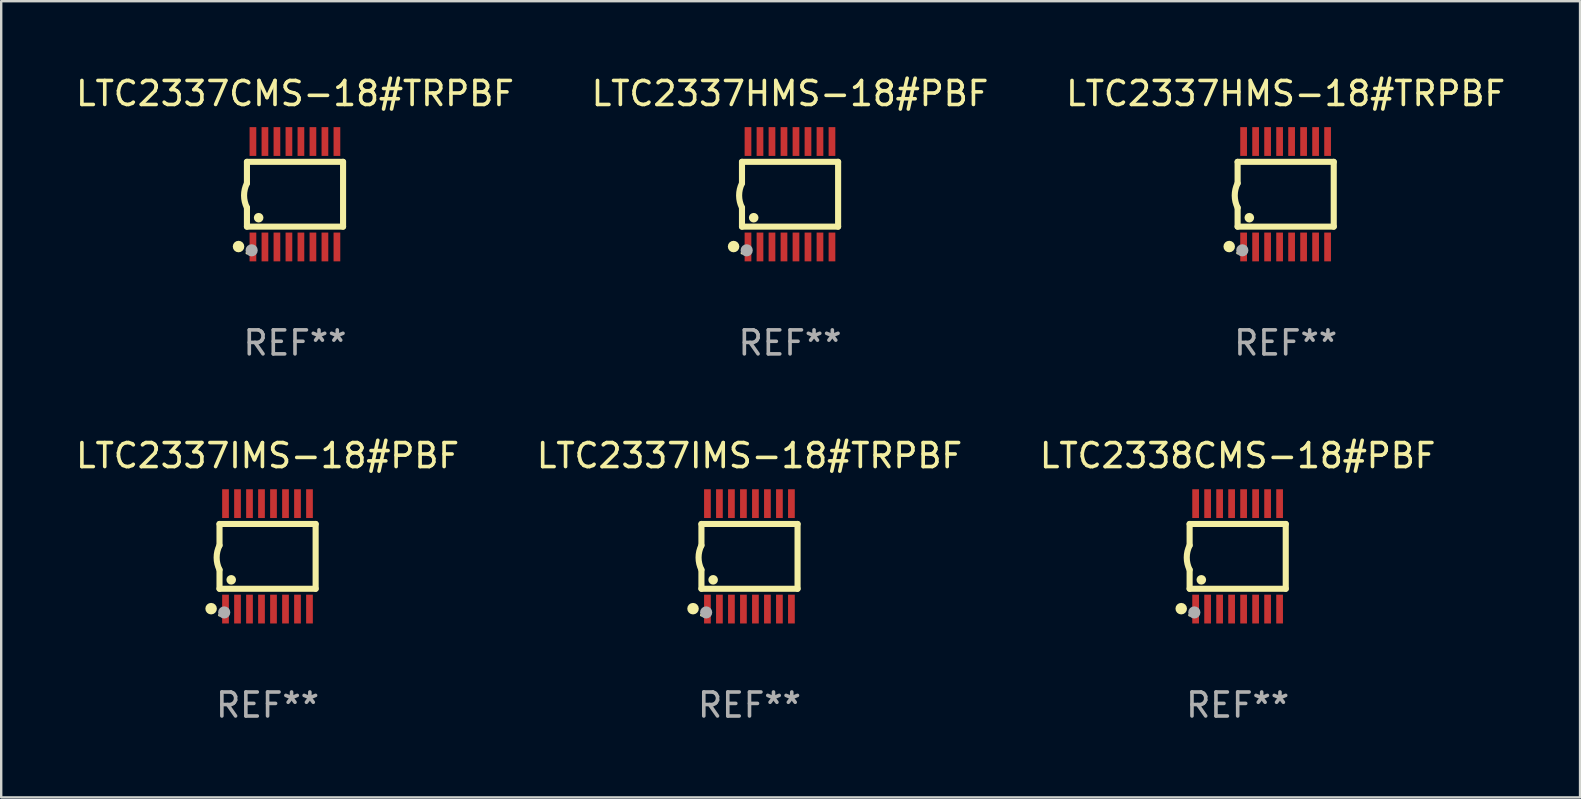
<source format=kicad_pcb>
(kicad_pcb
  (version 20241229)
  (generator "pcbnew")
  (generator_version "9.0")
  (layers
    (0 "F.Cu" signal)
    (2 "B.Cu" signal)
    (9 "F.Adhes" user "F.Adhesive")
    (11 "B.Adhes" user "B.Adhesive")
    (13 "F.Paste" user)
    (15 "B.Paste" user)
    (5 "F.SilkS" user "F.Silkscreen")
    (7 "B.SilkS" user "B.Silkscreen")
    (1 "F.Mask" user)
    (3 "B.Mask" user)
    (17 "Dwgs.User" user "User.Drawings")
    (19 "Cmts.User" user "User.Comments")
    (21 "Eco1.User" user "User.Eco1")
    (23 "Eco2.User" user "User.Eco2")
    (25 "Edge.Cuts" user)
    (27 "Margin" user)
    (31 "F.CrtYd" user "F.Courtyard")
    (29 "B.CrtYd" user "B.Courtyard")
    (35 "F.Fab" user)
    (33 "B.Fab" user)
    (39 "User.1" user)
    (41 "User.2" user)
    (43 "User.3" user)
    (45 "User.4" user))
  (footprint "LTC2337IMS-18#PBF"
    (layer "F.Cu")
    (at 8.101 20.136)
    (property "Reference" "LTC2337IMS-18#PBF" (at 0 -4.197 0) (layer "F.SilkS") (effects (font (size 1 1) (thickness 0.15))))
    (attr through_hole)
    (fp_line (start -2.003 -1.35) (end -2.003 -0.457) (stroke (width 0.254) (type solid)) (layer "F.SilkS"))
    (fp_line (start -2.003 -1.35) (end 2.003 -1.35) (stroke (width 0.254) (type solid)) (layer "F.SilkS"))
    (fp_line (start -2.003 1.35) (end -2.003 0.559) (stroke (width 0.254) (type solid)) (layer "F.SilkS"))
    (fp_line (start -2.003 1.35) (end 2.003 1.35) (stroke (width 0.254) (type solid)) (layer "F.SilkS"))
    (fp_line (start 2.003 -1.35) (end 2.003 1.35) (stroke (width 0.254) (type solid)) (layer "F.SilkS"))
    (fp_arc (start -2.002286 0.558802) (mid -2.122556 0.05092) (end -2.003302 -0.457201) (stroke (width 0.254001) (type solid)) (layer "F.SilkS"))
    (fp_circle (center -2.353 2.18) (end -2.233 2.18) (stroke (width 0.24) (type solid)) (fill no) (layer "F.SilkS"))
    (fp_circle (center -2.003 2.45) (end -1.973 2.45) (stroke (width 0.06) (type solid)) (fill no) (layer "F.SilkS"))
    (fp_circle (center -1.515 0.978) (end -1.415 0.978) (stroke (width 0.2) (type solid)) (fill no) (layer "F.SilkS"))
    (fp_circle (center -1.807 2.337) (end -1.68 2.337) (stroke (width 0.254) (type solid)) (fill no) (layer "F.Fab"))
    (fp_text user "REF**" (at 0 6.197 0) (layer "F.Fab") (effects (font (size 1 1) (thickness 0.15))))
    (pad "1" smd rect (at -1.753 2.197 90) (size 1.2 0.28) (layers "F.Cu" "F.Mask" "F.Paste"))
    (pad "2" smd rect (at -1.253 2.197 90) (size 1.2 0.28) (layers "F.Cu" "F.Mask" "F.Paste"))
    (pad "3" smd rect (at -0.753 2.197 90) (size 1.2 0.28) (layers "F.Cu" "F.Mask" "F.Paste"))
    (pad "4" smd rect (at -0.253 2.197 90) (size 1.2 0.28) (layers "F.Cu" "F.Mask" "F.Paste"))
    (pad "5" smd rect (at 0.247 2.197 90) (size 1.2 0.28) (layers "F.Cu" "F.Mask" "F.Paste"))
    (pad "6" smd rect (at 0.747 2.197 90) (size 1.2 0.28) (layers "F.Cu" "F.Mask" "F.Paste"))
    (pad "7" smd rect (at 1.247 2.197 90) (size 1.2 0.28) (layers "F.Cu" "F.Mask" "F.Paste"))
    (pad "8" smd rect (at 1.747 2.197 90) (size 1.2 0.28) (layers "F.Cu" "F.Mask" "F.Paste"))
    (pad "9" smd rect (at 1.747 -2.197 90) (size 1.2 0.28) (layers "F.Cu" "F.Mask" "F.Paste"))
    (pad "10" smd rect (at 1.247 -2.197 90) (size 1.2 0.28) (layers "F.Cu" "F.Mask" "F.Paste"))
    (pad "11" smd rect (at 0.747 -2.197 90) (size 1.2 0.28) (layers "F.Cu" "F.Mask" "F.Paste"))
    (pad "12" smd rect (at 0.247 -2.197 90) (size 1.2 0.28) (layers "F.Cu" "F.Mask" "F.Paste"))
    (pad "13" smd rect (at -0.253 -2.197 90) (size 1.2 0.28) (layers "F.Cu" "F.Mask" "F.Paste"))
    (pad "14" smd rect (at -0.753 -2.197 90) (size 1.2 0.28) (layers "F.Cu" "F.Mask" "F.Paste"))
    (pad "15" smd rect (at -1.253 -2.197 90) (size 1.2 0.28) (layers "F.Cu" "F.Mask" "F.Paste"))
    (pad "16" smd rect (at -1.753 -2.197 90) (size 1.2 0.28) (layers "F.Cu" "F.Mask" "F.Paste")))
  (footprint "LTC2337HMS-18#TRPBF"
    (layer "F.Cu")
    (at 50.53 5.045)
    (property "Reference" "LTC2337HMS-18#TRPBF" (at 0 -4.197 0) (layer "F.SilkS") (effects (font (size 1 1) (thickness 0.15))))
    (attr through_hole)
    (fp_line (start -2.003 -1.35) (end -2.003 -0.457) (stroke (width 0.254) (type solid)) (layer "F.SilkS"))
    (fp_line (start -2.003 -1.35) (end 2.003 -1.35) (stroke (width 0.254) (type solid)) (layer "F.SilkS"))
    (fp_line (start -2.003 1.35) (end -2.003 0.559) (stroke (width 0.254) (type solid)) (layer "F.SilkS"))
    (fp_line (start -2.003 1.35) (end 2.003 1.35) (stroke (width 0.254) (type solid)) (layer "F.SilkS"))
    (fp_line (start 2.003 -1.35) (end 2.003 1.35) (stroke (width 0.254) (type solid)) (layer "F.SilkS"))
    (fp_arc (start -2.002286 0.558802) (mid -2.122556 0.05092) (end -2.003302 -0.457201) (stroke (width 0.254001) (type solid)) (layer "F.SilkS"))
    (fp_circle (center -2.353 2.18) (end -2.233 2.18) (stroke (width 0.24) (type solid)) (fill no) (layer "F.SilkS"))
    (fp_circle (center -2.003 2.45) (end -1.973 2.45) (stroke (width 0.06) (type solid)) (fill no) (layer "F.SilkS"))
    (fp_circle (center -1.515 0.978) (end -1.415 0.978) (stroke (width 0.2) (type solid)) (fill no) (layer "F.SilkS"))
    (fp_circle (center -1.807 2.337) (end -1.68 2.337) (stroke (width 0.254) (type solid)) (fill no) (layer "F.Fab"))
    (fp_text user "REF**" (at 0 6.197 0) (layer "F.Fab") (effects (font (size 1 1) (thickness 0.15))))
    (pad "1" smd rect (at -1.753 2.197 90) (size 1.2 0.28) (layers "F.Cu" "F.Mask" "F.Paste"))
    (pad "2" smd rect (at -1.253 2.197 90) (size 1.2 0.28) (layers "F.Cu" "F.Mask" "F.Paste"))
    (pad "3" smd rect (at -0.753 2.197 90) (size 1.2 0.28) (layers "F.Cu" "F.Mask" "F.Paste"))
    (pad "4" smd rect (at -0.253 2.197 90) (size 1.2 0.28) (layers "F.Cu" "F.Mask" "F.Paste"))
    (pad "5" smd rect (at 0.247 2.197 90) (size 1.2 0.28) (layers "F.Cu" "F.Mask" "F.Paste"))
    (pad "6" smd rect (at 0.747 2.197 90) (size 1.2 0.28) (layers "F.Cu" "F.Mask" "F.Paste"))
    (pad "7" smd rect (at 1.247 2.197 90) (size 1.2 0.28) (layers "F.Cu" "F.Mask" "F.Paste"))
    (pad "8" smd rect (at 1.747 2.197 90) (size 1.2 0.28) (layers "F.Cu" "F.Mask" "F.Paste"))
    (pad "9" smd rect (at 1.747 -2.197 90) (size 1.2 0.28) (layers "F.Cu" "F.Mask" "F.Paste"))
    (pad "10" smd rect (at 1.247 -2.197 90) (size 1.2 0.28) (layers "F.Cu" "F.Mask" "F.Paste"))
    (pad "11" smd rect (at 0.747 -2.197 90) (size 1.2 0.28) (layers "F.Cu" "F.Mask" "F.Paste"))
    (pad "12" smd rect (at 0.247 -2.197 90) (size 1.2 0.28) (layers "F.Cu" "F.Mask" "F.Paste"))
    (pad "13" smd rect (at -0.253 -2.197 90) (size 1.2 0.28) (layers "F.Cu" "F.Mask" "F.Paste"))
    (pad "14" smd rect (at -0.753 -2.197 90) (size 1.2 0.28) (layers "F.Cu" "F.Mask" "F.Paste"))
    (pad "15" smd rect (at -1.253 -2.197 90) (size 1.2 0.28) (layers "F.Cu" "F.Mask" "F.Paste"))
    (pad "16" smd rect (at -1.753 -2.197 90) (size 1.2 0.28) (layers "F.Cu" "F.Mask" "F.Paste")))
  (footprint "LTC2337IMS-18#TRPBF"
    (layer "F.Cu")
    (at 28.185 20.136)
    (property "Reference" "LTC2337IMS-18#TRPBF" (at 0 -4.197 0) (layer "F.SilkS") (effects (font (size 1 1) (thickness 0.15))))
    (attr through_hole)
    (fp_line (start -2.003 -1.35) (end -2.003 -0.457) (stroke (width 0.254) (type solid)) (layer "F.SilkS"))
    (fp_line (start -2.003 -1.35) (end 2.003 -1.35) (stroke (width 0.254) (type solid)) (layer "F.SilkS"))
    (fp_line (start -2.003 1.35) (end -2.003 0.559) (stroke (width 0.254) (type solid)) (layer "F.SilkS"))
    (fp_line (start -2.003 1.35) (end 2.003 1.35) (stroke (width 0.254) (type solid)) (layer "F.SilkS"))
    (fp_line (start 2.003 -1.35) (end 2.003 1.35) (stroke (width 0.254) (type solid)) (layer "F.SilkS"))
    (fp_arc (start -2.002286 0.558802) (mid -2.122556 0.05092) (end -2.003302 -0.457201) (stroke (width 0.254001) (type solid)) (layer "F.SilkS"))
    (fp_circle (center -2.353 2.18) (end -2.233 2.18) (stroke (width 0.24) (type solid)) (fill no) (layer "F.SilkS"))
    (fp_circle (center -2.003 2.45) (end -1.973 2.45) (stroke (width 0.06) (type solid)) (fill no) (layer "F.SilkS"))
    (fp_circle (center -1.515 0.978) (end -1.415 0.978) (stroke (width 0.2) (type solid)) (fill no) (layer "F.SilkS"))
    (fp_circle (center -1.807 2.337) (end -1.68 2.337) (stroke (width 0.254) (type solid)) (fill no) (layer "F.Fab"))
    (fp_text user "REF**" (at 0 6.197 0) (layer "F.Fab") (effects (font (size 1 1) (thickness 0.15))))
    (pad "1" smd rect (at -1.753 2.197 90) (size 1.2 0.28) (layers "F.Cu" "F.Mask" "F.Paste"))
    (pad "2" smd rect (at -1.253 2.197 90) (size 1.2 0.28) (layers "F.Cu" "F.Mask" "F.Paste"))
    (pad "3" smd rect (at -0.753 2.197 90) (size 1.2 0.28) (layers "F.Cu" "F.Mask" "F.Paste"))
    (pad "4" smd rect (at -0.253 2.197 90) (size 1.2 0.28) (layers "F.Cu" "F.Mask" "F.Paste"))
    (pad "5" smd rect (at 0.247 2.197 90) (size 1.2 0.28) (layers "F.Cu" "F.Mask" "F.Paste"))
    (pad "6" smd rect (at 0.747 2.197 90) (size 1.2 0.28) (layers "F.Cu" "F.Mask" "F.Paste"))
    (pad "7" smd rect (at 1.247 2.197 90) (size 1.2 0.28) (layers "F.Cu" "F.Mask" "F.Paste"))
    (pad "8" smd rect (at 1.747 2.197 90) (size 1.2 0.28) (layers "F.Cu" "F.Mask" "F.Paste"))
    (pad "9" smd rect (at 1.747 -2.197 90) (size 1.2 0.28) (layers "F.Cu" "F.Mask" "F.Paste"))
    (pad "10" smd rect (at 1.247 -2.197 90) (size 1.2 0.28) (layers "F.Cu" "F.Mask" "F.Paste"))
    (pad "11" smd rect (at 0.747 -2.197 90) (size 1.2 0.28) (layers "F.Cu" "F.Mask" "F.Paste"))
    (pad "12" smd rect (at 0.247 -2.197 90) (size 1.2 0.28) (layers "F.Cu" "F.Mask" "F.Paste"))
    (pad "13" smd rect (at -0.253 -2.197 90) (size 1.2 0.28) (layers "F.Cu" "F.Mask" "F.Paste"))
    (pad "14" smd rect (at -0.753 -2.197 90) (size 1.2 0.28) (layers "F.Cu" "F.Mask" "F.Paste"))
    (pad "15" smd rect (at -1.253 -2.197 90) (size 1.2 0.28) (layers "F.Cu" "F.Mask" "F.Paste"))
    (pad "16" smd rect (at -1.753 -2.197 90) (size 1.2 0.28) (layers "F.Cu" "F.Mask" "F.Paste")))
  (footprint "LTC2338CMS-18#PBF"
    (layer "F.Cu")
    (at 48.53 20.136)
    (property "Reference" "LTC2338CMS-18#PBF" (at 0 -4.197 0) (layer "F.SilkS") (effects (font (size 1 1) (thickness 0.15))))
    (attr through_hole)
    (fp_line (start -2.003 -1.35) (end -2.003 -0.457) (stroke (width 0.254) (type solid)) (layer "F.SilkS"))
    (fp_line (start -2.003 -1.35) (end 2.003 -1.35) (stroke (width 0.254) (type solid)) (layer "F.SilkS"))
    (fp_line (start -2.003 1.35) (end -2.003 0.559) (stroke (width 0.254) (type solid)) (layer "F.SilkS"))
    (fp_line (start -2.003 1.35) (end 2.003 1.35) (stroke (width 0.254) (type solid)) (layer "F.SilkS"))
    (fp_line (start 2.003 -1.35) (end 2.003 1.35) (stroke (width 0.254) (type solid)) (layer "F.SilkS"))
    (fp_arc (start -2.002286 0.558802) (mid -2.122556 0.05092) (end -2.003302 -0.457201) (stroke (width 0.254001) (type solid)) (layer "F.SilkS"))
    (fp_circle (center -2.353 2.18) (end -2.233 2.18) (stroke (width 0.24) (type solid)) (fill no) (layer "F.SilkS"))
    (fp_circle (center -2.003 2.45) (end -1.973 2.45) (stroke (width 0.06) (type solid)) (fill no) (layer "F.SilkS"))
    (fp_circle (center -1.515 0.978) (end -1.415 0.978) (stroke (width 0.2) (type solid)) (fill no) (layer "F.SilkS"))
    (fp_circle (center -1.807 2.337) (end -1.68 2.337) (stroke (width 0.254) (type solid)) (fill no) (layer "F.Fab"))
    (fp_text user "REF**" (at 0 6.197 0) (layer "F.Fab") (effects (font (size 1 1) (thickness 0.15))))
    (pad "1" smd rect (at -1.753 2.197 90) (size 1.2 0.28) (layers "F.Cu" "F.Mask" "F.Paste"))
    (pad "2" smd rect (at -1.253 2.197 90) (size 1.2 0.28) (layers "F.Cu" "F.Mask" "F.Paste"))
    (pad "3" smd rect (at -0.753 2.197 90) (size 1.2 0.28) (layers "F.Cu" "F.Mask" "F.Paste"))
    (pad "4" smd rect (at -0.253 2.197 90) (size 1.2 0.28) (layers "F.Cu" "F.Mask" "F.Paste"))
    (pad "5" smd rect (at 0.247 2.197 90) (size 1.2 0.28) (layers "F.Cu" "F.Mask" "F.Paste"))
    (pad "6" smd rect (at 0.747 2.197 90) (size 1.2 0.28) (layers "F.Cu" "F.Mask" "F.Paste"))
    (pad "7" smd rect (at 1.247 2.197 90) (size 1.2 0.28) (layers "F.Cu" "F.Mask" "F.Paste"))
    (pad "8" smd rect (at 1.747 2.197 90) (size 1.2 0.28) (layers "F.Cu" "F.Mask" "F.Paste"))
    (pad "9" smd rect (at 1.747 -2.197 90) (size 1.2 0.28) (layers "F.Cu" "F.Mask" "F.Paste"))
    (pad "10" smd rect (at 1.247 -2.197 90) (size 1.2 0.28) (layers "F.Cu" "F.Mask" "F.Paste"))
    (pad "11" smd rect (at 0.747 -2.197 90) (size 1.2 0.28) (layers "F.Cu" "F.Mask" "F.Paste"))
    (pad "12" smd rect (at 0.247 -2.197 90) (size 1.2 0.28) (layers "F.Cu" "F.Mask" "F.Paste"))
    (pad "13" smd rect (at -0.253 -2.197 90) (size 1.2 0.28) (layers "F.Cu" "F.Mask" "F.Paste"))
    (pad "14" smd rect (at -0.753 -2.197 90) (size 1.2 0.28) (layers "F.Cu" "F.Mask" "F.Paste"))
    (pad "15" smd rect (at -1.253 -2.197 90) (size 1.2 0.28) (layers "F.Cu" "F.Mask" "F.Paste"))
    (pad "16" smd rect (at -1.753 -2.197 90) (size 1.2 0.28) (layers "F.Cu" "F.Mask" "F.Paste")))
  (footprint "LTC2337HMS-18#PBF"
    (layer "F.Cu")
    (at 29.875 5.045)
    (property "Reference" "LTC2337HMS-18#PBF" (at 0 -4.197 0) (layer "F.SilkS") (effects (font (size 1 1) (thickness 0.15))))
    (attr through_hole)
    (fp_line (start -2.003 -1.35) (end -2.003 -0.457) (stroke (width 0.254) (type solid)) (layer "F.SilkS"))
    (fp_line (start -2.003 -1.35) (end 2.003 -1.35) (stroke (width 0.254) (type solid)) (layer "F.SilkS"))
    (fp_line (start -2.003 1.35) (end -2.003 0.559) (stroke (width 0.254) (type solid)) (layer "F.SilkS"))
    (fp_line (start -2.003 1.35) (end 2.003 1.35) (stroke (width 0.254) (type solid)) (layer "F.SilkS"))
    (fp_line (start 2.003 -1.35) (end 2.003 1.35) (stroke (width 0.254) (type solid)) (layer "F.SilkS"))
    (fp_arc (start -2.002286 0.558802) (mid -2.122556 0.05092) (end -2.003302 -0.457201) (stroke (width 0.254001) (type solid)) (layer "F.SilkS"))
    (fp_circle (center -2.353 2.18) (end -2.233 2.18) (stroke (width 0.24) (type solid)) (fill no) (layer "F.SilkS"))
    (fp_circle (center -2.003 2.45) (end -1.973 2.45) (stroke (width 0.06) (type solid)) (fill no) (layer "F.SilkS"))
    (fp_circle (center -1.515 0.978) (end -1.415 0.978) (stroke (width 0.2) (type solid)) (fill no) (layer "F.SilkS"))
    (fp_circle (center -1.807 2.337) (end -1.68 2.337) (stroke (width 0.254) (type solid)) (fill no) (layer "F.Fab"))
    (fp_text user "REF**" (at 0 6.197 0) (layer "F.Fab") (effects (font (size 1 1) (thickness 0.15))))
    (pad "1" smd rect (at -1.753 2.197 90) (size 1.2 0.28) (layers "F.Cu" "F.Mask" "F.Paste"))
    (pad "2" smd rect (at -1.253 2.197 90) (size 1.2 0.28) (layers "F.Cu" "F.Mask" "F.Paste"))
    (pad "3" smd rect (at -0.753 2.197 90) (size 1.2 0.28) (layers "F.Cu" "F.Mask" "F.Paste"))
    (pad "4" smd rect (at -0.253 2.197 90) (size 1.2 0.28) (layers "F.Cu" "F.Mask" "F.Paste"))
    (pad "5" smd rect (at 0.247 2.197 90) (size 1.2 0.28) (layers "F.Cu" "F.Mask" "F.Paste"))
    (pad "6" smd rect (at 0.747 2.197 90) (size 1.2 0.28) (layers "F.Cu" "F.Mask" "F.Paste"))
    (pad "7" smd rect (at 1.247 2.197 90) (size 1.2 0.28) (layers "F.Cu" "F.Mask" "F.Paste"))
    (pad "8" smd rect (at 1.747 2.197 90) (size 1.2 0.28) (layers "F.Cu" "F.Mask" "F.Paste"))
    (pad "9" smd rect (at 1.747 -2.197 90) (size 1.2 0.28) (layers "F.Cu" "F.Mask" "F.Paste"))
    (pad "10" smd rect (at 1.247 -2.197 90) (size 1.2 0.28) (layers "F.Cu" "F.Mask" "F.Paste"))
    (pad "11" smd rect (at 0.747 -2.197 90) (size 1.2 0.28) (layers "F.Cu" "F.Mask" "F.Paste"))
    (pad "12" smd rect (at 0.247 -2.197 90) (size 1.2 0.28) (layers "F.Cu" "F.Mask" "F.Paste"))
    (pad "13" smd rect (at -0.253 -2.197 90) (size 1.2 0.28) (layers "F.Cu" "F.Mask" "F.Paste"))
    (pad "14" smd rect (at -0.753 -2.197 90) (size 1.2 0.28) (layers "F.Cu" "F.Mask" "F.Paste"))
    (pad "15" smd rect (at -1.253 -2.197 90) (size 1.2 0.28) (layers "F.Cu" "F.Mask" "F.Paste"))
    (pad "16" smd rect (at -1.753 -2.197 90) (size 1.2 0.28) (layers "F.Cu" "F.Mask" "F.Paste")))
  (footprint "LTC2337CMS-18#TRPBF"
    (layer "F.Cu")
    (at 9.244 5.045)
    (property "Reference" "LTC2337CMS-18#TRPBF" (at 0 -4.197 0) (layer "F.SilkS") (effects (font (size 1 1) (thickness 0.15))))
    (attr through_hole)
    (fp_line (start -2.003 -1.35) (end -2.003 -0.457) (stroke (width 0.254) (type solid)) (layer "F.SilkS"))
    (fp_line (start -2.003 -1.35) (end 2.003 -1.35) (stroke (width 0.254) (type solid)) (layer "F.SilkS"))
    (fp_line (start -2.003 1.35) (end -2.003 0.559) (stroke (width 0.254) (type solid)) (layer "F.SilkS"))
    (fp_line (start -2.003 1.35) (end 2.003 1.35) (stroke (width 0.254) (type solid)) (layer "F.SilkS"))
    (fp_line (start 2.003 -1.35) (end 2.003 1.35) (stroke (width 0.254) (type solid)) (layer "F.SilkS"))
    (fp_arc (start -2.002286 0.558802) (mid -2.122556 0.05092) (end -2.003302 -0.457201) (stroke (width 0.254001) (type solid)) (layer "F.SilkS"))
    (fp_circle (center -2.353 2.18) (end -2.233 2.18) (stroke (width 0.24) (type solid)) (fill no) (layer "F.SilkS"))
    (fp_circle (center -2.003 2.45) (end -1.973 2.45) (stroke (width 0.06) (type solid)) (fill no) (layer "F.SilkS"))
    (fp_circle (center -1.515 0.978) (end -1.415 0.978) (stroke (width 0.2) (type solid)) (fill no) (layer "F.SilkS"))
    (fp_circle (center -1.807 2.337) (end -1.68 2.337) (stroke (width 0.254) (type solid)) (fill no) (layer "F.Fab"))
    (fp_text user "REF**" (at 0 6.197 0) (layer "F.Fab") (effects (font (size 1 1) (thickness 0.15))))
    (pad "1" smd rect (at -1.753 2.197 90) (size 1.2 0.28) (layers "F.Cu" "F.Mask" "F.Paste"))
    (pad "2" smd rect (at -1.253 2.197 90) (size 1.2 0.28) (layers "F.Cu" "F.Mask" "F.Paste"))
    (pad "3" smd rect (at -0.753 2.197 90) (size 1.2 0.28) (layers "F.Cu" "F.Mask" "F.Paste"))
    (pad "4" smd rect (at -0.253 2.197 90) (size 1.2 0.28) (layers "F.Cu" "F.Mask" "F.Paste"))
    (pad "5" smd rect (at 0.247 2.197 90) (size 1.2 0.28) (layers "F.Cu" "F.Mask" "F.Paste"))
    (pad "6" smd rect (at 0.747 2.197 90) (size 1.2 0.28) (layers "F.Cu" "F.Mask" "F.Paste"))
    (pad "7" smd rect (at 1.247 2.197 90) (size 1.2 0.28) (layers "F.Cu" "F.Mask" "F.Paste"))
    (pad "8" smd rect (at 1.747 2.197 90) (size 1.2 0.28) (layers "F.Cu" "F.Mask" "F.Paste"))
    (pad "9" smd rect (at 1.747 -2.197 90) (size 1.2 0.28) (layers "F.Cu" "F.Mask" "F.Paste"))
    (pad "10" smd rect (at 1.247 -2.197 90) (size 1.2 0.28) (layers "F.Cu" "F.Mask" "F.Paste"))
    (pad "11" smd rect (at 0.747 -2.197 90) (size 1.2 0.28) (layers "F.Cu" "F.Mask" "F.Paste"))
    (pad "12" smd rect (at 0.247 -2.197 90) (size 1.2 0.28) (layers "F.Cu" "F.Mask" "F.Paste"))
    (pad "13" smd rect (at -0.253 -2.197 90) (size 1.2 0.28) (layers "F.Cu" "F.Mask" "F.Paste"))
    (pad "14" smd rect (at -0.753 -2.197 90) (size 1.2 0.28) (layers "F.Cu" "F.Mask" "F.Paste"))
    (pad "15" smd rect (at -1.253 -2.197 90) (size 1.2 0.28) (layers "F.Cu" "F.Mask" "F.Paste"))
    (pad "16" smd rect (at -1.753 -2.197 90) (size 1.2 0.28) (layers "F.Cu" "F.Mask" "F.Paste")))
  (gr_rect
    (start -3 -3)
    (end 62.798 30.181)
    (stroke (width 0.1) (type default))
    (fill no)
    (layer "Edge.Cuts")))
</source>
